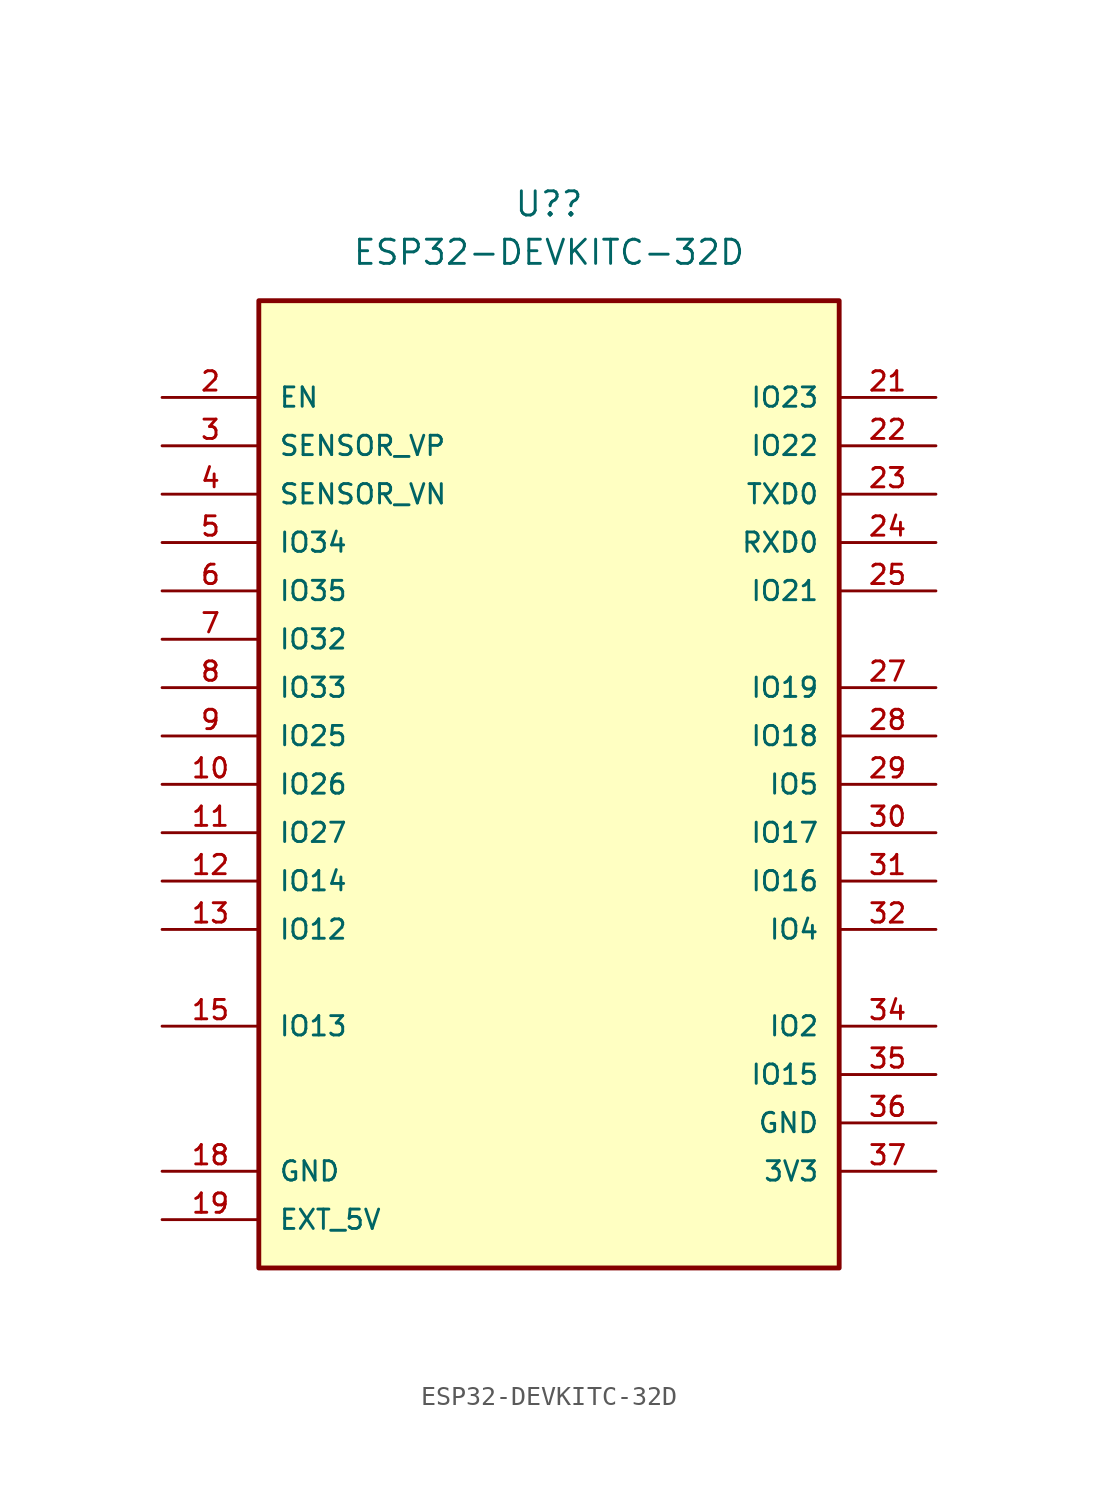
<source format=kicad_sym>
(kicad_symbol_lib
  (version 20211014)
  (generator kicad_symbol_editor)
  (symbol "ESP32-DEVKITC-32D"
    (pin_names
      (offset 1.016))
    (property "Reference" "U?"
      (at 0 30.48 0)
      (effects (font (size 1.27 1.27))))
    (property "Value" "ESP32-DEVKITC-32D"
      (at 0 27.94 0)
      (effects (font (size 1.27 1.27))))
    (property "ki_locked" ""
      (at 0 0 0)
      (effects (font (size 1.27 1.27))))
    (symbol "ESP32-DEVKITC-32D_0_0"
      (rectangle (start -15.24 -25.4) (end 15.24 25.4) (stroke (width 0.254) (type default) (color 0 0 0 0)) (fill (type background)))
      (pin bidirectional line (at -20.32 0 0) (length 5.08) (name "IO26" (effects (font (size 1.016 1.016)))) (number "10" (effects (font (size 1.016 1.016)))))
      (pin bidirectional line (at -20.32 -2.54 0) (length 5.08) (name "IO27" (effects (font (size 1.016 1.016)))) (number "11" (effects (font (size 1.016 1.016)))))
      (pin bidirectional line (at -20.32 -5.08 0) (length 5.08) (name "IO14" (effects (font (size 1.016 1.016)))) (number "12" (effects (font (size 1.016 1.016)))))
      (pin bidirectional line (at -20.32 -7.62 0) (length 5.08) (name "IO12" (effects (font (size 1.016 1.016)))) (number "13" (effects (font (size 1.016 1.016)))))
      (pin bidirectional line (at -20.32 -12.7 0) (length 5.08) (name "IO13" (effects (font (size 1.016 1.016)))) (number "15" (effects (font (size 1.016 1.016)))))
      (pin bidirectional line (at -20.32 -20.32 0) (length 5.08) (name "GND" (effects (font (size 1.016 1.016)))) (number "18" (effects (font (size 1.016 1.016)))))
      (pin power_in line (at -20.32 -22.86 0) (length 5.08) (name "EXT_5V" (effects (font (size 1.016 1.016)))) (number "19" (effects (font (size 1.016 1.016)))))
      (pin input line (at -20.32 20.32 0) (length 5.08) (name "EN" (effects (font (size 1.016 1.016)))) (number "2" (effects (font (size 1.016 1.016)))))
      (pin bidirectional line (at 20.32 20.32 180) (length 5.08) (name "IO23" (effects (font (size 1.016 1.016)))) (number "21" (effects (font (size 1.016 1.016)))))
      (pin bidirectional line (at 20.32 17.78 180) (length 5.08) (name "IO22" (effects (font (size 1.016 1.016)))) (number "22" (effects (font (size 1.016 1.016)))))
      (pin output line (at 20.32 15.24 180) (length 5.08) (name "TXD0" (effects (font (size 1.016 1.016)))) (number "23" (effects (font (size 1.016 1.016)))))
      (pin input line (at 20.32 12.7 180) (length 5.08) (name "RXD0" (effects (font (size 1.016 1.016)))) (number "24" (effects (font (size 1.016 1.016)))))
      (pin bidirectional line (at 20.32 10.16 180) (length 5.08) (name "IO21" (effects (font (size 1.016 1.016)))) (number "25" (effects (font (size 1.016 1.016)))))
      (pin bidirectional line (at 20.32 5.08 180) (length 5.08) (name "IO19" (effects (font (size 1.016 1.016)))) (number "27" (effects (font (size 1.016 1.016)))))
      (pin bidirectional line (at 20.32 2.54 180) (length 5.08) (name "IO18" (effects (font (size 1.016 1.016)))) (number "28" (effects (font (size 1.016 1.016)))))
      (pin bidirectional line (at 20.32 0 180) (length 5.08) (name "IO5" (effects (font (size 1.016 1.016)))) (number "29" (effects (font (size 1.016 1.016)))))
      (pin input line (at -20.32 17.78 0) (length 5.08) (name "SENSOR_VP" (effects (font (size 1.016 1.016)))) (number "3" (effects (font (size 1.016 1.016)))))
      (pin bidirectional line (at 20.32 -2.54 180) (length 5.08) (name "IO17" (effects (font (size 1.016 1.016)))) (number "30" (effects (font (size 1.016 1.016)))))
      (pin bidirectional line (at 20.32 -5.08 180) (length 5.08) (name "IO16" (effects (font (size 1.016 1.016)))) (number "31" (effects (font (size 1.016 1.016)))))
      (pin bidirectional line (at 20.32 -7.62 180) (length 5.08) (name "IO4" (effects (font (size 1.016 1.016)))) (number "32" (effects (font (size 1.016 1.016)))))
      (pin bidirectional line (at 20.32 -12.7 180) (length 5.08) (name "IO2" (effects (font (size 1.016 1.016)))) (number "34" (effects (font (size 1.016 1.016)))))
      (pin bidirectional line (at 20.32 -15.24 180) (length 5.08) (name "IO15" (effects (font (size 1.016 1.016)))) (number "35" (effects (font (size 1.016 1.016)))))
      (pin bidirectional line (at 20.32 -17.78 180) (length 5.08) (name "GND" (effects (font (size 1.016 1.016)))) (number "36" (effects (font (size 1.016 1.016)))))
      (pin bidirectional line (at 20.32 -20.32 180) (length 5.08) (name "3V3" (effects (font (size 1.016 1.016)))) (number "37" (effects (font (size 1.016 1.016)))))
      (pin input line (at -20.32 15.24 0) (length 5.08) (name "SENSOR_VN" (effects (font (size 1.016 1.016)))) (number "4" (effects (font (size 1.016 1.016)))))
      (pin bidirectional line (at -20.32 12.7 0) (length 5.08) (name "IO34" (effects (font (size 1.016 1.016)))) (number "5" (effects (font (size 1.016 1.016)))))
      (pin bidirectional line (at -20.32 10.16 0) (length 5.08) (name "IO35" (effects (font (size 1.016 1.016)))) (number "6" (effects (font (size 1.016 1.016)))))
      (pin bidirectional line (at -20.32 7.62 0) (length 5.08) (name "IO32" (effects (font (size 1.016 1.016)))) (number "7" (effects (font (size 1.016 1.016)))))
      (pin bidirectional line (at -20.32 5.08 0) (length 5.08) (name "IO33" (effects (font (size 1.016 1.016)))) (number "8" (effects (font (size 1.016 1.016)))))
      (pin bidirectional line (at -20.32 2.54 0) (length 5.08) (name "IO25" (effects (font (size 1.016 1.016)))) (number "9" (effects (font (size 1.016 1.016))))))))
</source>
